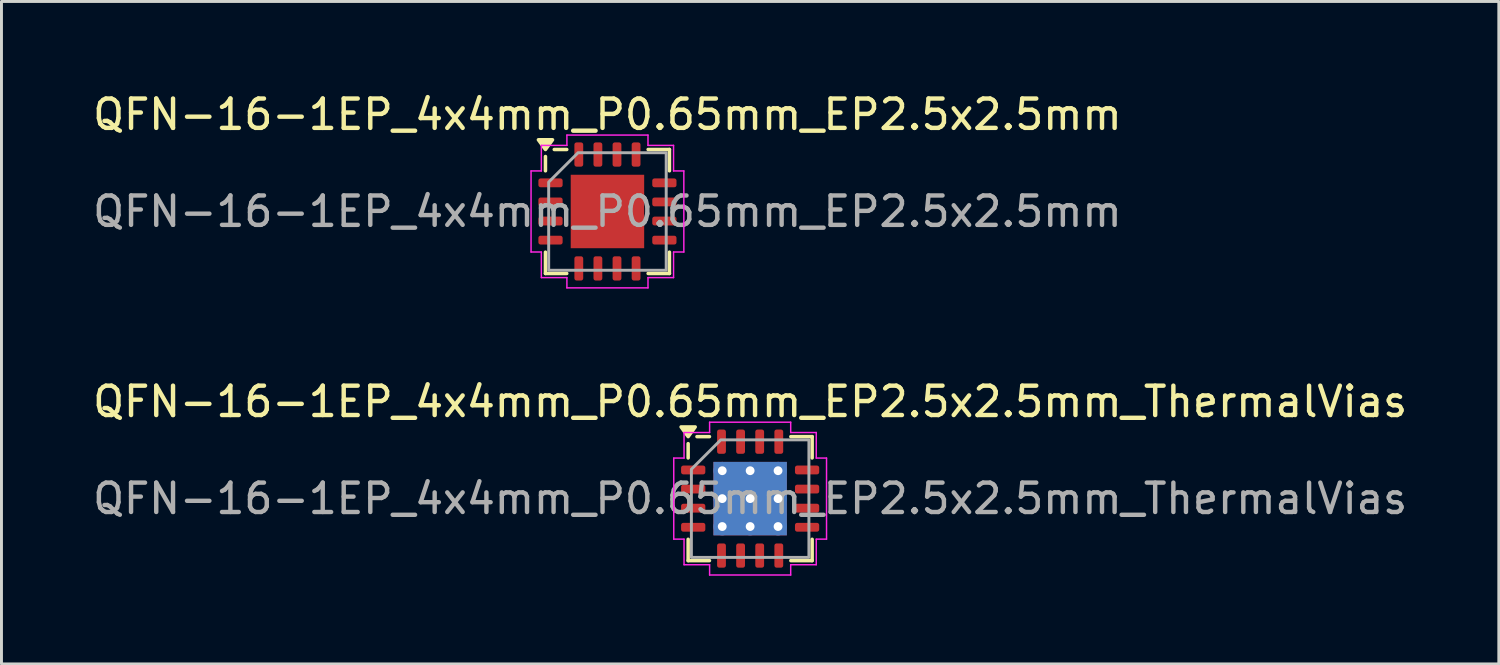
<source format=kicad_pcb>
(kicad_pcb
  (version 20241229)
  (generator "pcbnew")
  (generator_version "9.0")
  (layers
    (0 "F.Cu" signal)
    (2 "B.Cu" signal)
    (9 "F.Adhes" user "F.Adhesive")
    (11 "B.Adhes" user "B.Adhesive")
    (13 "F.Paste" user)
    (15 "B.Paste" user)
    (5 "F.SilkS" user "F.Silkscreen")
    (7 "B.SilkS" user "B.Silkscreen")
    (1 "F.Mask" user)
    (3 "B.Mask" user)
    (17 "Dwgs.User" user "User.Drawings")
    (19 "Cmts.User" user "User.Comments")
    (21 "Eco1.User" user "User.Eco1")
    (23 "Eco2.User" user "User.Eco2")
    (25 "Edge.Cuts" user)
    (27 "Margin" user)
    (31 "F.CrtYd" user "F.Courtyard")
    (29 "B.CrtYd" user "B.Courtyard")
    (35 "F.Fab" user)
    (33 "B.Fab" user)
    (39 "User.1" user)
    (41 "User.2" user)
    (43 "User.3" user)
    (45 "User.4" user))
  (footprint "QFN-16-1EP_4x4mm_P0.65mm_EP2.5x2.5mm"
    (layer "F.Cu")
    (at 17.625 4.148)
    (property "Reference" "QFN-16-1EP_4x4mm_P0.65mm_EP2.5x2.5mm" (at 0 -3.3 0) (layer "F.SilkS") (effects (font (size 1 1) (thickness 0.15))))
    (attr smd)
    (fp_line (start -2.11 -1.385) (end -2.11 -1.87) (stroke (width 0.12) (type solid)) (layer "F.SilkS"))
    (fp_line (start -2.11 2.11) (end -2.11 1.385) (stroke (width 0.12) (type solid)) (layer "F.SilkS"))
    (fp_line (start -1.385 -2.11) (end -1.81 -2.11) (stroke (width 0.12) (type solid)) (layer "F.SilkS"))
    (fp_line (start -1.385 2.11) (end -2.11 2.11) (stroke (width 0.12) (type solid)) (layer "F.SilkS"))
    (fp_line (start 1.385 -2.11) (end 2.11 -2.11) (stroke (width 0.12) (type solid)) (layer "F.SilkS"))
    (fp_line (start 1.385 2.11) (end 2.11 2.11) (stroke (width 0.12) (type solid)) (layer "F.SilkS"))
    (fp_line (start 2.11 -2.11) (end 2.11 -1.385) (stroke (width 0.12) (type solid)) (layer "F.SilkS"))
    (fp_line (start 2.11 2.11) (end 2.11 1.385) (stroke (width 0.12) (type solid)) (layer "F.SilkS"))
    (fp_poly (pts (xy -2.11 -2.11) (xy -2.35 -2.44) (xy -1.87 -2.44)) (stroke (width 0.12) (type solid)) (fill yes) (layer "F.SilkS"))
    (fp_line (start -2.6 -1.38) (end -2.25 -1.38) (stroke (width 0.05) (type solid)) (layer "F.CrtYd"))
    (fp_line (start -2.6 1.38) (end -2.6 -1.38) (stroke (width 0.05) (type solid)) (layer "F.CrtYd"))
    (fp_line (start -2.25 -2.25) (end -1.38 -2.25) (stroke (width 0.05) (type solid)) (layer "F.CrtYd"))
    (fp_line (start -2.25 -1.38) (end -2.25 -2.25) (stroke (width 0.05) (type solid)) (layer "F.CrtYd"))
    (fp_line (start -2.25 1.38) (end -2.6 1.38) (stroke (width 0.05) (type solid)) (layer "F.CrtYd"))
    (fp_line (start -2.25 2.25) (end -2.25 1.38) (stroke (width 0.05) (type solid)) (layer "F.CrtYd"))
    (fp_line (start -1.38 -2.6) (end 1.38 -2.6) (stroke (width 0.05) (type solid)) (layer "F.CrtYd"))
    (fp_line (start -1.38 -2.25) (end -1.38 -2.6) (stroke (width 0.05) (type solid)) (layer "F.CrtYd"))
    (fp_line (start -1.38 2.25) (end -2.25 2.25) (stroke (width 0.05) (type solid)) (layer "F.CrtYd"))
    (fp_line (start -1.38 2.6) (end -1.38 2.25) (stroke (width 0.05) (type solid)) (layer "F.CrtYd"))
    (fp_line (start 1.38 -2.6) (end 1.38 -2.25) (stroke (width 0.05) (type solid)) (layer "F.CrtYd"))
    (fp_line (start 1.38 -2.25) (end 2.25 -2.25) (stroke (width 0.05) (type solid)) (layer "F.CrtYd"))
    (fp_line (start 1.38 2.25) (end 1.38 2.6) (stroke (width 0.05) (type solid)) (layer "F.CrtYd"))
    (fp_line (start 1.38 2.6) (end -1.38 2.6) (stroke (width 0.05) (type solid)) (layer "F.CrtYd"))
    (fp_line (start 2.25 -2.25) (end 2.25 -1.38) (stroke (width 0.05) (type solid)) (layer "F.CrtYd"))
    (fp_line (start 2.25 -1.38) (end 2.6 -1.38) (stroke (width 0.05) (type solid)) (layer "F.CrtYd"))
    (fp_line (start 2.25 1.38) (end 2.25 2.25) (stroke (width 0.05) (type solid)) (layer "F.CrtYd"))
    (fp_line (start 2.25 2.25) (end 1.38 2.25) (stroke (width 0.05) (type solid)) (layer "F.CrtYd"))
    (fp_line (start 2.6 -1.38) (end 2.6 1.38) (stroke (width 0.05) (type solid)) (layer "F.CrtYd"))
    (fp_line (start 2.6 1.38) (end 2.25 1.38) (stroke (width 0.05) (type solid)) (layer "F.CrtYd"))
    (fp_poly (pts (xy -2 -1) (xy -2 2) (xy 2 2) (xy 2 -2) (xy -1 -2)) (stroke (width 0.1) (type solid)) (fill no) (layer "F.Fab"))
    (fp_text user "${REFERENCE}" (at 0 0 0) (layer "F.Fab") (effects (font (size 1 1) (thickness 0.15))))
    (pad "" smd roundrect (at -0.625 -0.625) (size 1.01 1.01) (layers "F.Paste") (roundrect_rratio 0.248))
    (pad "" smd roundrect (at -0.625 0.625) (size 1.01 1.01) (layers "F.Paste") (roundrect_rratio 0.248))
    (pad "" smd roundrect (at 0.625 -0.625) (size 1.01 1.01) (layers "F.Paste") (roundrect_rratio 0.248))
    (pad "" smd roundrect (at 0.625 0.625) (size 1.01 1.01) (layers "F.Paste") (roundrect_rratio 0.248))
    (pad "1" smd roundrect (at -1.938 -0.975) (size 0.825 0.3) (layers "F.Cu" "F.Mask" "F.Paste") (roundrect_rratio 0.25))
    (pad "2" smd roundrect (at -1.938 -0.325) (size 0.825 0.3) (layers "F.Cu" "F.Mask" "F.Paste") (roundrect_rratio 0.25))
    (pad "3" smd roundrect (at -1.938 0.325) (size 0.825 0.3) (layers "F.Cu" "F.Mask" "F.Paste") (roundrect_rratio 0.25))
    (pad "4" smd roundrect (at -1.938 0.975) (size 0.825 0.3) (layers "F.Cu" "F.Mask" "F.Paste") (roundrect_rratio 0.25))
    (pad "5" smd roundrect (at -0.975 1.938) (size 0.3 0.825) (layers "F.Cu" "F.Mask" "F.Paste") (roundrect_rratio 0.25))
    (pad "6" smd roundrect (at -0.325 1.938) (size 0.3 0.825) (layers "F.Cu" "F.Mask" "F.Paste") (roundrect_rratio 0.25))
    (pad "7" smd roundrect (at 0.325 1.938) (size 0.3 0.825) (layers "F.Cu" "F.Mask" "F.Paste") (roundrect_rratio 0.25))
    (pad "8" smd roundrect (at 0.975 1.938) (size 0.3 0.825) (layers "F.Cu" "F.Mask" "F.Paste") (roundrect_rratio 0.25))
    (pad "9" smd roundrect (at 1.938 0.975) (size 0.825 0.3) (layers "F.Cu" "F.Mask" "F.Paste") (roundrect_rratio 0.25))
    (pad "10" smd roundrect (at 1.938 0.325) (size 0.825 0.3) (layers "F.Cu" "F.Mask" "F.Paste") (roundrect_rratio 0.25))
    (pad "11" smd roundrect (at 1.938 -0.325) (size 0.825 0.3) (layers "F.Cu" "F.Mask" "F.Paste") (roundrect_rratio 0.25))
    (pad "12" smd roundrect (at 1.938 -0.975) (size 0.825 0.3) (layers "F.Cu" "F.Mask" "F.Paste") (roundrect_rratio 0.25))
    (pad "13" smd roundrect (at 0.975 -1.938) (size 0.3 0.825) (layers "F.Cu" "F.Mask" "F.Paste") (roundrect_rratio 0.25))
    (pad "14" smd roundrect (at 0.325 -1.938) (size 0.3 0.825) (layers "F.Cu" "F.Mask" "F.Paste") (roundrect_rratio 0.25))
    (pad "15" smd roundrect (at -0.325 -1.938) (size 0.3 0.825) (layers "F.Cu" "F.Mask" "F.Paste") (roundrect_rratio 0.25))
    (pad "16" smd roundrect (at -0.975 -1.938) (size 0.3 0.825) (layers "F.Cu" "F.Mask" "F.Paste") (roundrect_rratio 0.25))
    (pad "17" smd rect (at 0 0) (size 2.5 2.5) (property pad_prop_heatsink) (layers "F.Cu" "F.Mask")))
  (footprint "QFN-16-1EP_4x4mm_P0.65mm_EP2.5x2.5mm_ThermalVias"
    (layer "F.Cu")
    (at 22.482 13.921)
    (property "Reference" "QFN-16-1EP_4x4mm_P0.65mm_EP2.5x2.5mm_ThermalVias" (at 0 -3.3 0) (layer "F.SilkS") (effects (font (size 1 1) (thickness 0.15))))
    (attr smd)
    (fp_line (start -2.11 -1.385) (end -2.11 -1.87) (stroke (width 0.12) (type solid)) (layer "F.SilkS"))
    (fp_line (start -2.11 2.11) (end -2.11 1.385) (stroke (width 0.12) (type solid)) (layer "F.SilkS"))
    (fp_line (start -1.385 -2.11) (end -1.81 -2.11) (stroke (width 0.12) (type solid)) (layer "F.SilkS"))
    (fp_line (start -1.385 2.11) (end -2.11 2.11) (stroke (width 0.12) (type solid)) (layer "F.SilkS"))
    (fp_line (start 1.385 -2.11) (end 2.11 -2.11) (stroke (width 0.12) (type solid)) (layer "F.SilkS"))
    (fp_line (start 1.385 2.11) (end 2.11 2.11) (stroke (width 0.12) (type solid)) (layer "F.SilkS"))
    (fp_line (start 2.11 -2.11) (end 2.11 -1.385) (stroke (width 0.12) (type solid)) (layer "F.SilkS"))
    (fp_line (start 2.11 2.11) (end 2.11 1.385) (stroke (width 0.12) (type solid)) (layer "F.SilkS"))
    (fp_poly (pts (xy -2.11 -2.11) (xy -2.35 -2.44) (xy -1.87 -2.44)) (stroke (width 0.12) (type solid)) (fill yes) (layer "F.SilkS"))
    (fp_line (start -2.6 -1.38) (end -2.25 -1.38) (stroke (width 0.05) (type solid)) (layer "F.CrtYd"))
    (fp_line (start -2.6 1.38) (end -2.6 -1.38) (stroke (width 0.05) (type solid)) (layer "F.CrtYd"))
    (fp_line (start -2.25 -2.25) (end -1.38 -2.25) (stroke (width 0.05) (type solid)) (layer "F.CrtYd"))
    (fp_line (start -2.25 -1.38) (end -2.25 -2.25) (stroke (width 0.05) (type solid)) (layer "F.CrtYd"))
    (fp_line (start -2.25 1.38) (end -2.6 1.38) (stroke (width 0.05) (type solid)) (layer "F.CrtYd"))
    (fp_line (start -2.25 2.25) (end -2.25 1.38) (stroke (width 0.05) (type solid)) (layer "F.CrtYd"))
    (fp_line (start -1.38 -2.6) (end 1.38 -2.6) (stroke (width 0.05) (type solid)) (layer "F.CrtYd"))
    (fp_line (start -1.38 -2.25) (end -1.38 -2.6) (stroke (width 0.05) (type solid)) (layer "F.CrtYd"))
    (fp_line (start -1.38 2.25) (end -2.25 2.25) (stroke (width 0.05) (type solid)) (layer "F.CrtYd"))
    (fp_line (start -1.38 2.6) (end -1.38 2.25) (stroke (width 0.05) (type solid)) (layer "F.CrtYd"))
    (fp_line (start 1.38 -2.6) (end 1.38 -2.25) (stroke (width 0.05) (type solid)) (layer "F.CrtYd"))
    (fp_line (start 1.38 -2.25) (end 2.25 -2.25) (stroke (width 0.05) (type solid)) (layer "F.CrtYd"))
    (fp_line (start 1.38 2.25) (end 1.38 2.6) (stroke (width 0.05) (type solid)) (layer "F.CrtYd"))
    (fp_line (start 1.38 2.6) (end -1.38 2.6) (stroke (width 0.05) (type solid)) (layer "F.CrtYd"))
    (fp_line (start 2.25 -2.25) (end 2.25 -1.38) (stroke (width 0.05) (type solid)) (layer "F.CrtYd"))
    (fp_line (start 2.25 -1.38) (end 2.6 -1.38) (stroke (width 0.05) (type solid)) (layer "F.CrtYd"))
    (fp_line (start 2.25 1.38) (end 2.25 2.25) (stroke (width 0.05) (type solid)) (layer "F.CrtYd"))
    (fp_line (start 2.25 2.25) (end 1.38 2.25) (stroke (width 0.05) (type solid)) (layer "F.CrtYd"))
    (fp_line (start 2.6 -1.38) (end 2.6 1.38) (stroke (width 0.05) (type solid)) (layer "F.CrtYd"))
    (fp_line (start 2.6 1.38) (end 2.25 1.38) (stroke (width 0.05) (type solid)) (layer "F.CrtYd"))
    (fp_poly (pts (xy -2 -1) (xy -2 2) (xy 2 2) (xy 2 -2) (xy -1 -2)) (stroke (width 0.1) (type solid)) (fill no) (layer "F.Fab"))
    (fp_text user "${REFERENCE}" (at 0 0 0) (layer "F.Fab") (effects (font (size 1 1) (thickness 0.15))))
    (pad "" smd roundrect (at -0.625 -0.625) (size 1.08 1.08) (layers "F.Paste") (roundrect_rratio 0.231))
    (pad "" smd roundrect (at -0.625 0.625) (size 1.08 1.08) (layers "F.Paste") (roundrect_rratio 0.231))
    (pad "" smd roundrect (at 0.625 -0.625) (size 1.08 1.08) (layers "F.Paste") (roundrect_rratio 0.231))
    (pad "" smd roundrect (at 0.625 0.625) (size 1.08 1.08) (layers "F.Paste") (roundrect_rratio 0.231))
    (pad "1" smd roundrect (at -1.938 -0.975) (size 0.825 0.3) (layers "F.Cu" "F.Mask" "F.Paste") (roundrect_rratio 0.25))
    (pad "2" smd roundrect (at -1.938 -0.325) (size 0.825 0.3) (layers "F.Cu" "F.Mask" "F.Paste") (roundrect_rratio 0.25))
    (pad "3" smd roundrect (at -1.938 0.325) (size 0.825 0.3) (layers "F.Cu" "F.Mask" "F.Paste") (roundrect_rratio 0.25))
    (pad "4" smd roundrect (at -1.938 0.975) (size 0.825 0.3) (layers "F.Cu" "F.Mask" "F.Paste") (roundrect_rratio 0.25))
    (pad "5" smd roundrect (at -0.975 1.938) (size 0.3 0.825) (layers "F.Cu" "F.Mask" "F.Paste") (roundrect_rratio 0.25))
    (pad "6" smd roundrect (at -0.325 1.938) (size 0.3 0.825) (layers "F.Cu" "F.Mask" "F.Paste") (roundrect_rratio 0.25))
    (pad "7" smd roundrect (at 0.325 1.938) (size 0.3 0.825) (layers "F.Cu" "F.Mask" "F.Paste") (roundrect_rratio 0.25))
    (pad "8" smd roundrect (at 0.975 1.938) (size 0.3 0.825) (layers "F.Cu" "F.Mask" "F.Paste") (roundrect_rratio 0.25))
    (pad "9" smd roundrect (at 1.938 0.975) (size 0.825 0.3) (layers "F.Cu" "F.Mask" "F.Paste") (roundrect_rratio 0.25))
    (pad "10" smd roundrect (at 1.938 0.325) (size 0.825 0.3) (layers "F.Cu" "F.Mask" "F.Paste") (roundrect_rratio 0.25))
    (pad "11" smd roundrect (at 1.938 -0.325) (size 0.825 0.3) (layers "F.Cu" "F.Mask" "F.Paste") (roundrect_rratio 0.25))
    (pad "12" smd roundrect (at 1.938 -0.975) (size 0.825 0.3) (layers "F.Cu" "F.Mask" "F.Paste") (roundrect_rratio 0.25))
    (pad "13" smd roundrect (at 0.975 -1.938) (size 0.3 0.825) (layers "F.Cu" "F.Mask" "F.Paste") (roundrect_rratio 0.25))
    (pad "14" smd roundrect (at 0.325 -1.938) (size 0.3 0.825) (layers "F.Cu" "F.Mask" "F.Paste") (roundrect_rratio 0.25))
    (pad "15" smd roundrect (at -0.325 -1.938) (size 0.3 0.825) (layers "F.Cu" "F.Mask" "F.Paste") (roundrect_rratio 0.25))
    (pad "16" smd roundrect (at -0.975 -1.938) (size 0.3 0.825) (layers "F.Cu" "F.Mask" "F.Paste") (roundrect_rratio 0.25))
    (pad "17" thru_hole circle (at -0.95 -0.95) (size 0.6 0.6) (drill 0.3) (property pad_prop_heatsink) (layers "*.Cu"))
    (pad "17" thru_hole circle (at -0.95 0) (size 0.6 0.6) (drill 0.3) (property pad_prop_heatsink) (layers "*.Cu"))
    (pad "17" thru_hole circle (at -0.95 0.95) (size 0.6 0.6) (drill 0.3) (property pad_prop_heatsink) (layers "*.Cu"))
    (pad "17" thru_hole circle (at 0 -0.95) (size 0.6 0.6) (drill 0.3) (property pad_prop_heatsink) (layers "*.Cu"))
    (pad "17" thru_hole circle (at 0 0) (size 0.6 0.6) (drill 0.3) (property pad_prop_heatsink) (layers "*.Cu"))
    (pad "17" smd rect (at 0 0) (size 2.5 2.5) (property pad_prop_heatsink) (layers "F.Cu" "F.Mask"))
    (pad "17" smd rect (at 0 0) (size 2.5 2.5) (property pad_prop_heatsink) (layers "B.Cu"))
    (pad "17" thru_hole circle (at 0 0.95) (size 0.6 0.6) (drill 0.3) (property pad_prop_heatsink) (layers "*.Cu"))
    (pad "17" thru_hole circle (at 0.95 -0.95) (size 0.6 0.6) (drill 0.3) (property pad_prop_heatsink) (layers "*.Cu"))
    (pad "17" thru_hole circle (at 0.95 0) (size 0.6 0.6) (drill 0.3) (property pad_prop_heatsink) (layers "*.Cu"))
    (pad "17" thru_hole circle (at 0.95 0.95) (size 0.6 0.6) (drill 0.3) (property pad_prop_heatsink) (layers "*.Cu")))
  (gr_rect
    (start -3 -3)
    (end 47.964 19.547)
    (stroke (width 0.1) (type default))
    (fill no)
    (layer "Edge.Cuts")))
</source>
